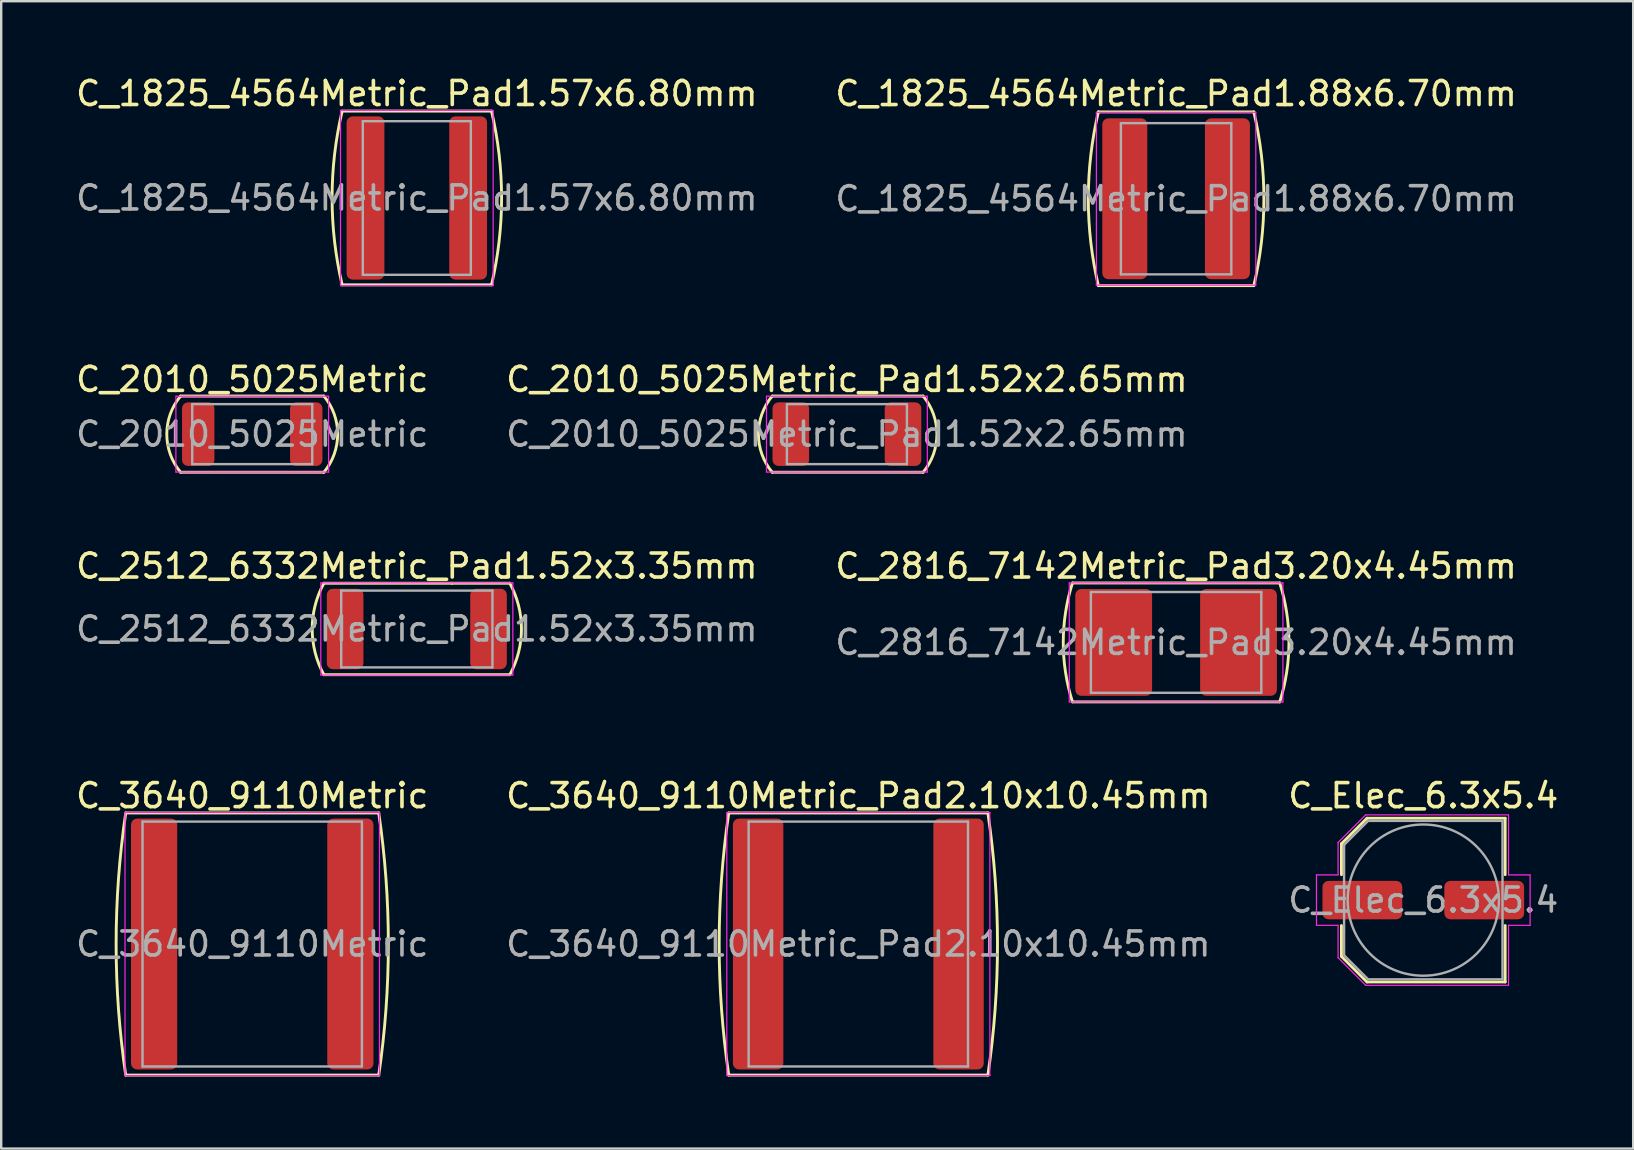
<source format=kicad_pcb>
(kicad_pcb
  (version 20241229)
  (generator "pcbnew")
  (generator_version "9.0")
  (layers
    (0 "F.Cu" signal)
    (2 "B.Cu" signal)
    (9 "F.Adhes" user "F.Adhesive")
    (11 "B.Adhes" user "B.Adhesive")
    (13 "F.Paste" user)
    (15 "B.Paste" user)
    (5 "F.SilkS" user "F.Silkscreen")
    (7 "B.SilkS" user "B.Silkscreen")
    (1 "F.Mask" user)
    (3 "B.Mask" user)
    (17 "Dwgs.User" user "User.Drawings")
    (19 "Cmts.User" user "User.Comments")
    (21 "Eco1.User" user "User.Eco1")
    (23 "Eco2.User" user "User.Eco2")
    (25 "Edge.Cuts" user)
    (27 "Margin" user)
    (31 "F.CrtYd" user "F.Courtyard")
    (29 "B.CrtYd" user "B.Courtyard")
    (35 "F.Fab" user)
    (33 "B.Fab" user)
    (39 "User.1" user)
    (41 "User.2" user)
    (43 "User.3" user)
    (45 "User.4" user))
  (footprint "C_2010_5025Metric"
    (layer "F.Cu")
    (at 7.458 15.037)
    (property "Reference" "C_2010_5025Metric" (at 0 -2.28 0) (layer "F.SilkS") (effects (font (size 1 1) (thickness 0.15))))
    (attr smd)
    (fp_line (start -2.985 1.587) (end 2.985 1.587) (stroke (width 0.12) (type solid)) (layer "F.SilkS"))
    (fp_line (start 2.985 -1.587) (end -2.985 -1.587) (stroke (width 0.12) (type solid)) (layer "F.SilkS"))
    (fp_arc (start -2.9845 1.5875) (mid -3.559254 0) (end -2.9845 -1.5875) (stroke (width 0.12) (type solid)) (layer "F.SilkS"))
    (fp_arc (start 2.9845 -1.5875) (mid 3.559254 0) (end 2.9845 1.5875) (stroke (width 0.12) (type solid)) (layer "F.SilkS"))
    (fp_line (start -3.18 -1.58) (end 3.18 -1.58) (stroke (width 0.05) (type solid)) (layer "F.CrtYd"))
    (fp_line (start -3.18 1.58) (end -3.18 -1.58) (stroke (width 0.05) (type solid)) (layer "F.CrtYd"))
    (fp_line (start 3.18 -1.58) (end 3.18 1.58) (stroke (width 0.05) (type solid)) (layer "F.CrtYd"))
    (fp_line (start 3.18 1.58) (end -3.18 1.58) (stroke (width 0.05) (type solid)) (layer "F.CrtYd"))
    (fp_line (start -2.5 -1.25) (end 2.5 -1.25) (stroke (width 0.1) (type solid)) (layer "F.Fab"))
    (fp_line (start -2.5 1.25) (end -2.5 -1.25) (stroke (width 0.1) (type solid)) (layer "F.Fab"))
    (fp_line (start 2.5 -1.25) (end 2.5 1.25) (stroke (width 0.1) (type solid)) (layer "F.Fab"))
    (fp_line (start 2.5 1.25) (end -2.5 1.25) (stroke (width 0.1) (type solid)) (layer "F.Fab"))
    (fp_text user "${REFERENCE}" (at 0 0 0) (layer "F.Fab") (effects (font (size 1 1) (thickness 0.15))))
    (pad "1" smd roundrect (at -2.25 0) (size 1.35 2.65) (layers "F.Cu" "F.Mask" "F.Paste") (roundrect_rratio 0.185))
    (pad "2" smd roundrect (at 2.25 0) (size 1.35 2.65) (layers "F.Cu" "F.Mask" "F.Paste") (roundrect_rratio 0.185)))
  (footprint "C_3640_9110Metric_Pad2.10x10.45mm"
    (layer "F.Cu")
    (at 32.708 36.278)
    (property "Reference" "C_3640_9110Metric_Pad2.10x10.45mm" (at 0 -6.18 0) (layer "F.SilkS") (effects (font (size 1 1) (thickness 0.15))))
    (attr smd)
    (fp_line (start -5.397 5.461) (end 5.397 5.461) (stroke (width 0.12) (type solid)) (layer "F.SilkS"))
    (fp_line (start 5.397 -5.461) (end -5.397 -5.461) (stroke (width 0.12) (type solid)) (layer "F.SilkS"))
    (fp_arc (start -5.3975 5.461) (mid -5.797438 0) (end -5.3975 -5.461) (stroke (width 0.12) (type solid)) (layer "F.SilkS"))
    (fp_arc (start 5.3975 -5.461) (mid 5.797438 0) (end 5.3975 5.461) (stroke (width 0.12) (type solid)) (layer "F.SilkS"))
    (fp_line (start -5.48 -5.48) (end 5.48 -5.48) (stroke (width 0.05) (type solid)) (layer "F.CrtYd"))
    (fp_line (start -5.48 5.48) (end -5.48 -5.48) (stroke (width 0.05) (type solid)) (layer "F.CrtYd"))
    (fp_line (start 5.48 -5.48) (end 5.48 5.48) (stroke (width 0.05) (type solid)) (layer "F.CrtYd"))
    (fp_line (start 5.48 5.48) (end -5.48 5.48) (stroke (width 0.05) (type solid)) (layer "F.CrtYd"))
    (fp_line (start -4.57 -5.1) (end 4.57 -5.1) (stroke (width 0.1) (type solid)) (layer "F.Fab"))
    (fp_line (start -4.57 5.1) (end -4.57 -5.1) (stroke (width 0.1) (type solid)) (layer "F.Fab"))
    (fp_line (start 4.57 -5.1) (end 4.57 5.1) (stroke (width 0.1) (type solid)) (layer "F.Fab"))
    (fp_line (start 4.57 5.1) (end -4.57 5.1) (stroke (width 0.1) (type solid)) (layer "F.Fab"))
    (fp_text user "${REFERENCE}" (at 0 0 0) (layer "F.Fab") (effects (font (size 1 1) (thickness 0.15))))
    (pad "1" smd roundrect (at -4.175 0) (size 2.1 10.45) (layers "F.Cu" "F.Mask" "F.Paste") (roundrect_rratio 0.119))
    (pad "2" smd roundrect (at 4.175 0) (size 2.1 10.45) (layers "F.Cu" "F.Mask" "F.Paste") (roundrect_rratio 0.119)))
  (footprint "C_2816_7142Metric_Pad3.20x4.45mm"
    (layer "F.Cu")
    (at 45.946 23.713)
    (property "Reference" "C_2816_7142Metric_Pad3.20x4.45mm" (at 0 -3.18 0) (layer "F.SilkS") (effects (font (size 1 1) (thickness 0.15))))
    (attr smd)
    (fp_line (start -4.318 2.477) (end 4.318 2.477) (stroke (width 0.12) (type solid)) (layer "F.SilkS"))
    (fp_line (start 4.318 -2.476) (end -4.318 -2.476) (stroke (width 0.12) (type solid)) (layer "F.SilkS"))
    (fp_arc (start -4.318 2.4765) (mid -4.701215 0.000001) (end -4.318 -2.476499) (stroke (width 0.12) (type solid)) (layer "F.SilkS"))
    (fp_arc (start 4.318 -2.476498) (mid 4.701215 0.000001) (end 4.318 2.476501) (stroke (width 0.12) (type solid)) (layer "F.SilkS"))
    (fp_line (start -4.45 -2.48) (end 4.45 -2.48) (stroke (width 0.05) (type solid)) (layer "F.CrtYd"))
    (fp_line (start -4.45 2.48) (end -4.45 -2.48) (stroke (width 0.05) (type solid)) (layer "F.CrtYd"))
    (fp_line (start 4.45 -2.48) (end 4.45 2.48) (stroke (width 0.05) (type solid)) (layer "F.CrtYd"))
    (fp_line (start 4.45 2.48) (end -4.45 2.48) (stroke (width 0.05) (type solid)) (layer "F.CrtYd"))
    (fp_line (start -3.55 -2.1) (end 3.55 -2.1) (stroke (width 0.1) (type solid)) (layer "F.Fab"))
    (fp_line (start -3.55 2.1) (end -3.55 -2.1) (stroke (width 0.1) (type solid)) (layer "F.Fab"))
    (fp_line (start 3.55 -2.1) (end 3.55 2.1) (stroke (width 0.1) (type solid)) (layer "F.Fab"))
    (fp_line (start 3.55 2.1) (end -3.55 2.1) (stroke (width 0.1) (type solid)) (layer "F.Fab"))
    (fp_text user "${REFERENCE}" (at 0 0 0) (layer "F.Fab") (effects (font (size 1 1) (thickness 0.15))))
    (pad "1" smd roundrect (at -2.6 0) (size 3.2 4.45) (layers "F.Cu" "F.Mask" "F.Paste") (roundrect_rratio 0.078))
    (pad "2" smd roundrect (at 2.6 0) (size 3.2 4.45) (layers "F.Cu" "F.Mask" "F.Paste") (roundrect_rratio 0.078)))
  (footprint "C_1825_4564Metric_Pad1.57x6.80mm"
    (layer "F.Cu")
    (at 14.315 5.198)
    (property "Reference" "C_1825_4564Metric_Pad1.57x6.80mm" (at 0 -4.35 0) (layer "F.SilkS") (effects (font (size 1 1) (thickness 0.15))))
    (attr smd)
    (fp_line (start -3.111 3.619) (end 3.111 3.619) (stroke (width 0.12) (type solid)) (layer "F.SilkS"))
    (fp_line (start 3.111 -3.619) (end -3.111 -3.619) (stroke (width 0.12) (type solid)) (layer "F.SilkS"))
    (fp_arc (start -3.1115 3.6195) (mid -3.53076 0) (end -3.1115 -3.6195) (stroke (width 0.12) (type solid)) (layer "F.SilkS"))
    (fp_arc (start 3.1115 -3.6195) (mid 3.53076 0) (end 3.1115 3.6195) (stroke (width 0.12) (type solid)) (layer "F.SilkS"))
    (fp_line (start -3.18 -3.65) (end 3.18 -3.65) (stroke (width 0.05) (type solid)) (layer "F.CrtYd"))
    (fp_line (start -3.18 3.65) (end -3.18 -3.65) (stroke (width 0.05) (type solid)) (layer "F.CrtYd"))
    (fp_line (start 3.18 -3.65) (end 3.18 3.65) (stroke (width 0.05) (type solid)) (layer "F.CrtYd"))
    (fp_line (start 3.18 3.65) (end -3.18 3.65) (stroke (width 0.05) (type solid)) (layer "F.CrtYd"))
    (fp_line (start -2.25 -3.2) (end 2.25 -3.2) (stroke (width 0.1) (type solid)) (layer "F.Fab"))
    (fp_line (start -2.25 3.2) (end -2.25 -3.2) (stroke (width 0.1) (type solid)) (layer "F.Fab"))
    (fp_line (start 2.25 -3.2) (end 2.25 3.2) (stroke (width 0.1) (type solid)) (layer "F.Fab"))
    (fp_line (start 2.25 3.2) (end -2.25 3.2) (stroke (width 0.1) (type solid)) (layer "F.Fab"))
    (fp_text user "${REFERENCE}" (at 0 0 0) (layer "F.Fab") (effects (font (size 1 1) (thickness 0.15))))
    (pad "1" smd roundrect (at -2.138 0) (size 1.575 6.8) (layers "F.Cu" "F.Mask" "F.Paste") (roundrect_rratio 0.159))
    (pad "2" smd roundrect (at 2.138 0) (size 1.575 6.8) (layers "F.Cu" "F.Mask" "F.Paste") (roundrect_rratio 0.159)))
  (footprint "C_1825_4564Metric_Pad1.88x6.70mm"
    (layer "F.Cu")
    (at 45.946 5.23)
    (property "Reference" "C_1825_4564Metric_Pad1.88x6.70mm" (at 0 -4.381 0) (layer "F.SilkS") (effects (font (size 1 1) (thickness 0.15))))
    (attr smd)
    (fp_line (start -3.239 3.619) (end 3.239 3.619) (stroke (width 0.12) (type solid)) (layer "F.SilkS"))
    (fp_line (start 3.239 -3.619) (end -3.239 -3.619) (stroke (width 0.12) (type solid)) (layer "F.SilkS"))
    (fp_arc (start -3.2385 3.6195) (mid -3.65776 0) (end -3.2385 -3.6195) (stroke (width 0.12) (type solid)) (layer "F.SilkS"))
    (fp_arc (start 3.2385 -3.6195) (mid 3.65776 0) (end 3.2385 3.6195) (stroke (width 0.12) (type solid)) (layer "F.SilkS"))
    (fp_line (start -3.32 -3.6) (end 3.32 -3.6) (stroke (width 0.05) (type solid)) (layer "F.CrtYd"))
    (fp_line (start -3.32 3.6) (end -3.32 -3.6) (stroke (width 0.05) (type solid)) (layer "F.CrtYd"))
    (fp_line (start 3.32 -3.6) (end 3.32 3.6) (stroke (width 0.05) (type solid)) (layer "F.CrtYd"))
    (fp_line (start 3.32 3.6) (end -3.32 3.6) (stroke (width 0.05) (type solid)) (layer "F.CrtYd"))
    (fp_line (start -2.3 -3.15) (end 2.3 -3.15) (stroke (width 0.1) (type solid)) (layer "F.Fab"))
    (fp_line (start -2.3 3.15) (end -2.3 -3.15) (stroke (width 0.1) (type solid)) (layer "F.Fab"))
    (fp_line (start 2.3 -3.15) (end 2.3 3.15) (stroke (width 0.1) (type solid)) (layer "F.Fab"))
    (fp_line (start 2.3 3.15) (end -2.3 3.15) (stroke (width 0.1) (type solid)) (layer "F.Fab"))
    (fp_text user "${REFERENCE}" (at 0 0 0) (layer "F.Fab") (effects (font (size 1 1) (thickness 0.15))))
    (pad "1" smd roundrect (at -2.138 0) (size 1.875 6.7) (layers "F.Cu" "F.Mask" "F.Paste") (roundrect_rratio 0.133))
    (pad "2" smd roundrect (at 2.138 0) (size 1.875 6.7) (layers "F.Cu" "F.Mask" "F.Paste") (roundrect_rratio 0.133)))
  (footprint "C_3640_9110Metric"
    (layer "F.Cu")
    (at 7.458 36.278)
    (property "Reference" "C_3640_9110Metric" (at 0 -6.18 0) (layer "F.SilkS") (effects (font (size 1 1) (thickness 0.15))))
    (attr smd)
    (fp_line (start -5.271 5.461) (end 5.271 5.461) (stroke (width 0.12) (type solid)) (layer "F.SilkS"))
    (fp_line (start 5.271 -5.461) (end -5.271 -5.461) (stroke (width 0.12) (type solid)) (layer "F.SilkS"))
    (fp_arc (start -5.2705 5.461) (mid -5.670438 0) (end -5.2705 -5.461) (stroke (width 0.12) (type solid)) (layer "F.SilkS"))
    (fp_arc (start 5.2705 -5.461) (mid 5.670438 0) (end 5.2705 5.461) (stroke (width 0.12) (type solid)) (layer "F.SilkS"))
    (fp_line (start -5.3 -5.48) (end 5.3 -5.48) (stroke (width 0.05) (type solid)) (layer "F.CrtYd"))
    (fp_line (start -5.3 5.48) (end -5.3 -5.48) (stroke (width 0.05) (type solid)) (layer "F.CrtYd"))
    (fp_line (start 5.3 -5.48) (end 5.3 5.48) (stroke (width 0.05) (type solid)) (layer "F.CrtYd"))
    (fp_line (start 5.3 5.48) (end -5.3 5.48) (stroke (width 0.05) (type solid)) (layer "F.CrtYd"))
    (fp_line (start -4.57 -5.1) (end 4.57 -5.1) (stroke (width 0.1) (type solid)) (layer "F.Fab"))
    (fp_line (start -4.57 5.1) (end -4.57 -5.1) (stroke (width 0.1) (type solid)) (layer "F.Fab"))
    (fp_line (start 4.57 -5.1) (end 4.57 5.1) (stroke (width 0.1) (type solid)) (layer "F.Fab"))
    (fp_line (start 4.57 5.1) (end -4.57 5.1) (stroke (width 0.1) (type solid)) (layer "F.Fab"))
    (fp_text user "${REFERENCE}" (at 0 0 0) (layer "F.Fab") (effects (font (size 1 1) (thickness 0.15))))
    (pad "1" smd roundrect (at -4.088 0) (size 1.925 10.45) (layers "F.Cu" "F.Mask" "F.Paste") (roundrect_rratio 0.13))
    (pad "2" smd roundrect (at 4.088 0) (size 1.925 10.45) (layers "F.Cu" "F.Mask" "F.Paste") (roundrect_rratio 0.13)))
  (footprint "C_2512_6332Metric_Pad1.52x3.35mm"
    (layer "F.Cu")
    (at 14.315 23.153)
    (property "Reference" "C_2512_6332Metric_Pad1.52x3.35mm" (at 0 -2.62 0) (layer "F.SilkS") (effects (font (size 1 1) (thickness 0.15))))
    (attr smd)
    (fp_line (start -3.873 1.905) (end 3.873 1.905) (stroke (width 0.12) (type solid)) (layer "F.SilkS"))
    (fp_line (start 1.46 -1.905) (end -3.873 -1.905) (stroke (width 0.12) (type solid)) (layer "F.SilkS"))
    (fp_line (start 3.873 -1.905) (end 1.46 -1.905) (stroke (width 0.12) (type solid)) (layer "F.SilkS"))
    (fp_arc (start -3.8735 1.904999) (mid -4.359263 0) (end -3.8735 -1.905) (stroke (width 0.12) (type solid)) (layer "F.SilkS"))
    (fp_arc (start 3.8735 -1.904999) (mid 4.359263 0) (end 3.8735 1.905) (stroke (width 0.12) (type solid)) (layer "F.SilkS"))
    (fp_line (start -4 -1.92) (end 4 -1.92) (stroke (width 0.05) (type solid)) (layer "F.CrtYd"))
    (fp_line (start -4 1.92) (end -4 -1.92) (stroke (width 0.05) (type solid)) (layer "F.CrtYd"))
    (fp_line (start 4 -1.92) (end 4 1.92) (stroke (width 0.05) (type solid)) (layer "F.CrtYd"))
    (fp_line (start 4 1.92) (end -4 1.92) (stroke (width 0.05) (type solid)) (layer "F.CrtYd"))
    (fp_line (start -3.15 -1.6) (end 3.15 -1.6) (stroke (width 0.1) (type solid)) (layer "F.Fab"))
    (fp_line (start -3.15 1.6) (end -3.15 -1.6) (stroke (width 0.1) (type solid)) (layer "F.Fab"))
    (fp_line (start 3.15 -1.6) (end 3.15 1.6) (stroke (width 0.1) (type solid)) (layer "F.Fab"))
    (fp_line (start 3.15 1.6) (end -3.15 1.6) (stroke (width 0.1) (type solid)) (layer "F.Fab"))
    (fp_text user "${REFERENCE}" (at 0 0 0) (layer "F.Fab") (effects (font (size 1 1) (thickness 0.15))))
    (pad "1" smd roundrect (at -2.987 0) (size 1.525 3.35) (layers "F.Cu" "F.Mask" "F.Paste") (roundrect_rratio 0.164))
    (pad "2" smd roundrect (at 2.987 0) (size 1.525 3.35) (layers "F.Cu" "F.Mask" "F.Paste") (roundrect_rratio 0.164)))
  (footprint "C_2010_5025Metric_Pad1.52x2.65mm"
    (layer "F.Cu")
    (at 32.232 15.037)
    (property "Reference" "C_2010_5025Metric_Pad1.52x2.65mm" (at 0 -2.28 0) (layer "F.SilkS") (effects (font (size 1 1) (thickness 0.15))))
    (attr smd)
    (fp_line (start -3.111 1.587) (end 3.175 1.587) (stroke (width 0.12) (type solid)) (layer "F.SilkS"))
    (fp_line (start 3.175 -1.587) (end -3.111 -1.587) (stroke (width 0.12) (type solid)) (layer "F.SilkS"))
    (fp_arc (start -3.1115 1.5875) (mid -3.686254 0) (end -3.1115 -1.5875) (stroke (width 0.12) (type solid)) (layer "F.SilkS"))
    (fp_arc (start 3.175 -1.5875) (mid 3.749754 0) (end 3.175 1.5875) (stroke (width 0.12) (type solid)) (layer "F.SilkS"))
    (fp_line (start -3.35 -1.58) (end 3.35 -1.58) (stroke (width 0.05) (type solid)) (layer "F.CrtYd"))
    (fp_line (start -3.35 1.58) (end -3.35 -1.58) (stroke (width 0.05) (type solid)) (layer "F.CrtYd"))
    (fp_line (start 3.35 -1.58) (end 3.35 1.58) (stroke (width 0.05) (type solid)) (layer "F.CrtYd"))
    (fp_line (start 3.35 1.58) (end -3.35 1.58) (stroke (width 0.05) (type solid)) (layer "F.CrtYd"))
    (fp_line (start -2.5 -1.25) (end 2.5 -1.25) (stroke (width 0.1) (type solid)) (layer "F.Fab"))
    (fp_line (start -2.5 1.25) (end -2.5 -1.25) (stroke (width 0.1) (type solid)) (layer "F.Fab"))
    (fp_line (start 2.5 -1.25) (end 2.5 1.25) (stroke (width 0.1) (type solid)) (layer "F.Fab"))
    (fp_line (start 2.5 1.25) (end -2.5 1.25) (stroke (width 0.1) (type solid)) (layer "F.Fab"))
    (fp_text user "${REFERENCE}" (at 0 0 0) (layer "F.Fab") (effects (font (size 1 1) (thickness 0.15))))
    (pad "1" smd roundrect (at -2.337 0) (size 1.525 2.65) (layers "F.Cu" "F.Mask" "F.Paste") (roundrect_rratio 0.164))
    (pad "2" smd roundrect (at 2.337 0) (size 1.525 2.65) (layers "F.Cu" "F.Mask" "F.Paste") (roundrect_rratio 0.164)))
  (footprint "C_Elec_6.3x5.4"
    (layer "F.Cu")
    (at 56.244 34.448)
    (property "Reference" "C_Elec_6.3x5.4" (at 0 -4.35 0) (layer "F.SilkS") (effects (font (size 1 1) (thickness 0.15))))
    (attr smd)
    (fp_line (start -3.41 -2.346) (end -3.41 -1.06) (stroke (width 0.12) (type solid)) (layer "F.SilkS"))
    (fp_line (start -3.41 -2.346) (end -2.346 -3.41) (stroke (width 0.12) (type solid)) (layer "F.SilkS"))
    (fp_line (start -3.41 2.346) (end -3.41 1.06) (stroke (width 0.12) (type solid)) (layer "F.SilkS"))
    (fp_line (start -3.41 2.346) (end -2.346 3.41) (stroke (width 0.12) (type solid)) (layer "F.SilkS"))
    (fp_line (start -2.346 -3.41) (end 3.41 -3.41) (stroke (width 0.12) (type solid)) (layer "F.SilkS"))
    (fp_line (start -2.346 3.41) (end 3.41 3.41) (stroke (width 0.12) (type solid)) (layer "F.SilkS"))
    (fp_line (start 3.41 -3.41) (end 3.41 -1.06) (stroke (width 0.12) (type solid)) (layer "F.SilkS"))
    (fp_line (start 3.41 3.41) (end 3.41 1.06) (stroke (width 0.12) (type solid)) (layer "F.SilkS"))
    (fp_line (start -4.45 -1.05) (end -4.45 1.05) (stroke (width 0.05) (type solid)) (layer "F.CrtYd"))
    (fp_line (start -4.45 1.05) (end -3.55 1.05) (stroke (width 0.05) (type solid)) (layer "F.CrtYd"))
    (fp_line (start -3.55 -2.4) (end -3.55 -1.05) (stroke (width 0.05) (type solid)) (layer "F.CrtYd"))
    (fp_line (start -3.55 -2.4) (end -2.4 -3.55) (stroke (width 0.05) (type solid)) (layer "F.CrtYd"))
    (fp_line (start -3.55 -1.05) (end -4.45 -1.05) (stroke (width 0.05) (type solid)) (layer "F.CrtYd"))
    (fp_line (start -3.55 1.05) (end -3.55 2.4) (stroke (width 0.05) (type solid)) (layer "F.CrtYd"))
    (fp_line (start -3.55 2.4) (end -2.4 3.55) (stroke (width 0.05) (type solid)) (layer "F.CrtYd"))
    (fp_line (start -2.4 -3.55) (end 3.55 -3.55) (stroke (width 0.05) (type solid)) (layer "F.CrtYd"))
    (fp_line (start -2.4 3.55) (end 3.55 3.55) (stroke (width 0.05) (type solid)) (layer "F.CrtYd"))
    (fp_line (start 3.55 -3.55) (end 3.55 -1.05) (stroke (width 0.05) (type solid)) (layer "F.CrtYd"))
    (fp_line (start 3.55 -1.05) (end 4.45 -1.05) (stroke (width 0.05) (type solid)) (layer "F.CrtYd"))
    (fp_line (start 3.55 1.05) (end 3.55 3.55) (stroke (width 0.05) (type solid)) (layer "F.CrtYd"))
    (fp_line (start 4.45 -1.05) (end 4.45 1.05) (stroke (width 0.05) (type solid)) (layer "F.CrtYd"))
    (fp_line (start 4.45 1.05) (end 3.55 1.05) (stroke (width 0.05) (type solid)) (layer "F.CrtYd"))
    (fp_line (start -3.3 -2.3) (end -3.3 2.3) (stroke (width 0.1) (type solid)) (layer "F.Fab"))
    (fp_line (start -3.3 -2.3) (end -2.3 -3.3) (stroke (width 0.1) (type solid)) (layer "F.Fab"))
    (fp_line (start -3.3 2.3) (end -2.3 3.3) (stroke (width 0.1) (type solid)) (layer "F.Fab"))
    (fp_line (start -2.3 -3.3) (end 3.3 -3.3) (stroke (width 0.1) (type solid)) (layer "F.Fab"))
    (fp_line (start -2.3 3.3) (end 3.3 3.3) (stroke (width 0.1) (type solid)) (layer "F.Fab"))
    (fp_line (start 3.3 -3.3) (end 3.3 3.3) (stroke (width 0.1) (type solid)) (layer "F.Fab"))
    (fp_circle (center 0 0) (end 3.15 0) (stroke (width 0.1) (type solid)) (fill no) (layer "F.Fab"))
    (fp_text user "${REFERENCE}" (at 0 0 0) (layer "F.Fab") (effects (font (size 1 1) (thickness 0.15))))
    (pad "1" smd roundrect (at -2.538 0) (size 3.325 1.6) (layers "F.Cu" "F.Mask" "F.Paste") (roundrect_rratio 0.156))
    (pad "2" smd roundrect (at 2.538 0) (size 3.325 1.6) (layers "F.Cu" "F.Mask" "F.Paste") (roundrect_rratio 0.156)))
  (gr_rect
    (start -3 -3)
    (end 64.988 44.799)
    (stroke (width 0.1) (type default))
    (fill no)
    (layer "Edge.Cuts")))
</source>
